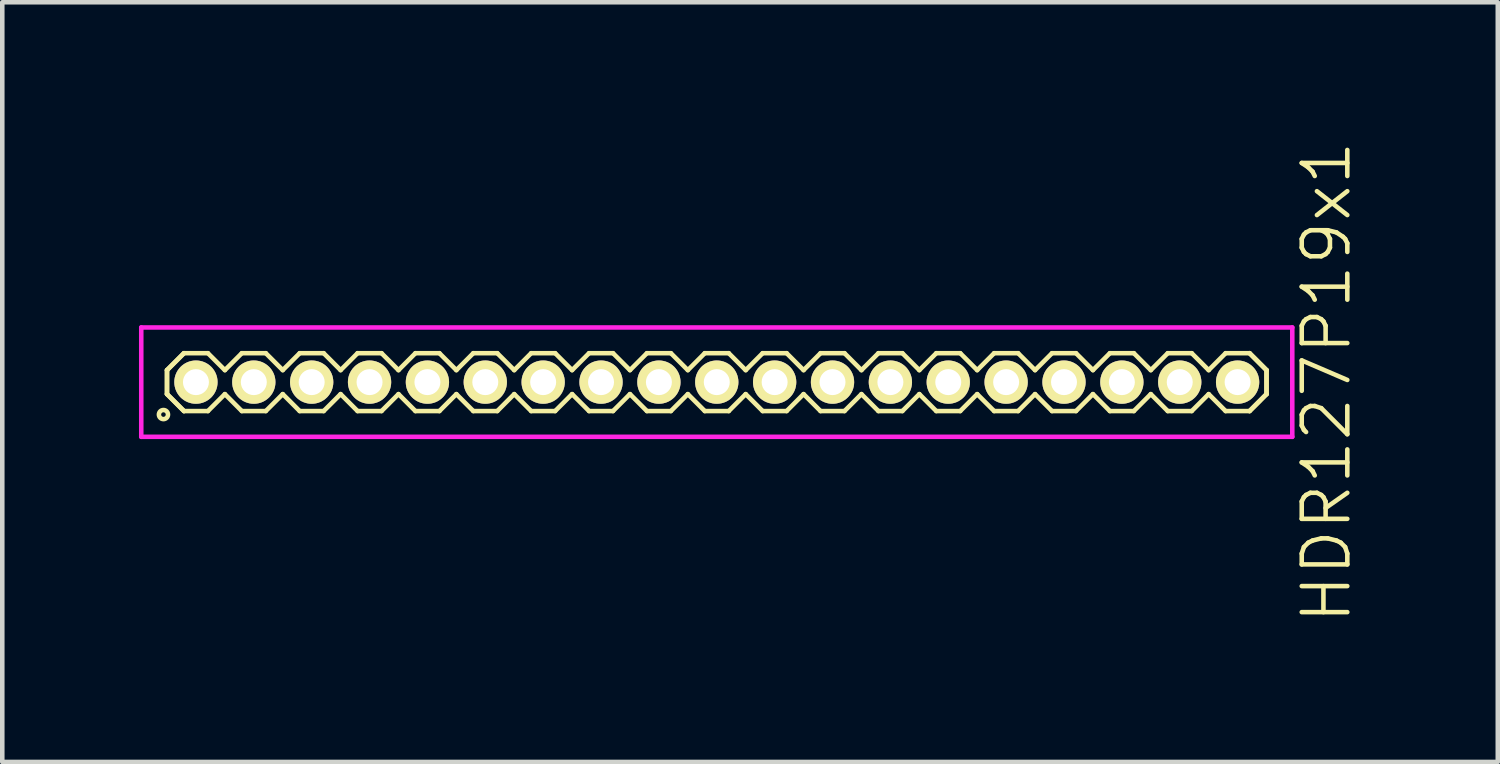
<source format=kicad_pcb>
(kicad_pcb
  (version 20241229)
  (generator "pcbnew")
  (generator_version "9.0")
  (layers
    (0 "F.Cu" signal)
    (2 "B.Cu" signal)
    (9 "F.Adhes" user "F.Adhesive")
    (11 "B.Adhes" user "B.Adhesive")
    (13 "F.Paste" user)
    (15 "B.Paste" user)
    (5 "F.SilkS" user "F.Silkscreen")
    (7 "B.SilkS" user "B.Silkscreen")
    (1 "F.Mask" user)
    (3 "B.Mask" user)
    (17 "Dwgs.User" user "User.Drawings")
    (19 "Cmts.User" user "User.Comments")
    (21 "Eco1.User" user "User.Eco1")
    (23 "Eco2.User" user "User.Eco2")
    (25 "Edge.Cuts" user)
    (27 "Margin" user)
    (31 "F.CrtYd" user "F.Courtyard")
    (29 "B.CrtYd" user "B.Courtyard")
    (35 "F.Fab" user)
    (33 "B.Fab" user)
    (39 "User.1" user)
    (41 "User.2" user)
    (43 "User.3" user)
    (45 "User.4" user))
  (footprint "HDR127P19x1"
    (layer "F.Cu")
    (at 12.68 5.336)
    (property "Reference" "HDR127P19x1" (at 13.38 0 90) (layer "F.SilkS") (effects (font (size 1 1) (thickness 0.1))))
    (attr through_hole)
    (fp_line (start -12.065 -0.263) (end -11.693 -0.635) (stroke (width 0.1) (type solid)) (layer "F.SilkS"))
    (fp_line (start -12.065 -0.263) (end -11.693 -0.635) (stroke (width 0.1) (type solid)) (layer "F.SilkS"))
    (fp_line (start -12.065 0.263) (end -12.065 -0.263) (stroke (width 0.1) (type solid)) (layer "F.SilkS"))
    (fp_line (start -12.065 0.263) (end -12.065 -0.263) (stroke (width 0.1) (type solid)) (layer "F.SilkS"))
    (fp_line (start -11.693 -0.635) (end -11.167 -0.635) (stroke (width 0.1) (type solid)) (layer "F.SilkS"))
    (fp_line (start -11.693 0.635) (end -12.065 0.263) (stroke (width 0.1) (type solid)) (layer "F.SilkS"))
    (fp_line (start -11.693 0.635) (end -12.065 0.263) (stroke (width 0.1) (type solid)) (layer "F.SilkS"))
    (fp_line (start -11.167 -0.635) (end -10.795 -0.263) (stroke (width 0.1) (type solid)) (layer "F.SilkS"))
    (fp_line (start -11.167 0.635) (end -11.693 0.635) (stroke (width 0.1) (type solid)) (layer "F.SilkS"))
    (fp_line (start -10.795 -0.263) (end -10.423 -0.635) (stroke (width 0.1) (type solid)) (layer "F.SilkS"))
    (fp_line (start -10.795 0.263) (end -11.167 0.635) (stroke (width 0.1) (type solid)) (layer "F.SilkS"))
    (fp_line (start -10.423 -0.635) (end -9.897 -0.635) (stroke (width 0.1) (type solid)) (layer "F.SilkS"))
    (fp_line (start -10.423 0.635) (end -10.795 0.263) (stroke (width 0.1) (type solid)) (layer "F.SilkS"))
    (fp_line (start -9.897 -0.635) (end -9.525 -0.263) (stroke (width 0.1) (type solid)) (layer "F.SilkS"))
    (fp_line (start -9.897 0.635) (end -10.423 0.635) (stroke (width 0.1) (type solid)) (layer "F.SilkS"))
    (fp_line (start -9.525 -0.263) (end -9.153 -0.635) (stroke (width 0.1) (type solid)) (layer "F.SilkS"))
    (fp_line (start -9.525 0.263) (end -9.897 0.635) (stroke (width 0.1) (type solid)) (layer "F.SilkS"))
    (fp_line (start -9.153 -0.635) (end -8.627 -0.635) (stroke (width 0.1) (type solid)) (layer "F.SilkS"))
    (fp_line (start -9.153 0.635) (end -9.525 0.263) (stroke (width 0.1) (type solid)) (layer "F.SilkS"))
    (fp_line (start -8.627 -0.635) (end -8.255 -0.263) (stroke (width 0.1) (type solid)) (layer "F.SilkS"))
    (fp_line (start -8.627 0.635) (end -9.153 0.635) (stroke (width 0.1) (type solid)) (layer "F.SilkS"))
    (fp_line (start -8.255 -0.263) (end -7.883 -0.635) (stroke (width 0.1) (type solid)) (layer "F.SilkS"))
    (fp_line (start -8.255 0.263) (end -8.627 0.635) (stroke (width 0.1) (type solid)) (layer "F.SilkS"))
    (fp_line (start -7.883 -0.635) (end -7.357 -0.635) (stroke (width 0.1) (type solid)) (layer "F.SilkS"))
    (fp_line (start -7.883 0.635) (end -8.255 0.263) (stroke (width 0.1) (type solid)) (layer "F.SilkS"))
    (fp_line (start -7.357 -0.635) (end -6.985 -0.263) (stroke (width 0.1) (type solid)) (layer "F.SilkS"))
    (fp_line (start -7.357 0.635) (end -7.883 0.635) (stroke (width 0.1) (type solid)) (layer "F.SilkS"))
    (fp_line (start -6.985 -0.263) (end -6.613 -0.635) (stroke (width 0.1) (type solid)) (layer "F.SilkS"))
    (fp_line (start -6.985 0.263) (end -7.357 0.635) (stroke (width 0.1) (type solid)) (layer "F.SilkS"))
    (fp_line (start -6.613 -0.635) (end -6.087 -0.635) (stroke (width 0.1) (type solid)) (layer "F.SilkS"))
    (fp_line (start -6.613 0.635) (end -6.985 0.263) (stroke (width 0.1) (type solid)) (layer "F.SilkS"))
    (fp_line (start -6.087 -0.635) (end -5.715 -0.263) (stroke (width 0.1) (type solid)) (layer "F.SilkS"))
    (fp_line (start -6.087 0.635) (end -6.613 0.635) (stroke (width 0.1) (type solid)) (layer "F.SilkS"))
    (fp_line (start -5.715 -0.263) (end -5.343 -0.635) (stroke (width 0.1) (type solid)) (layer "F.SilkS"))
    (fp_line (start -5.715 0.263) (end -6.087 0.635) (stroke (width 0.1) (type solid)) (layer "F.SilkS"))
    (fp_line (start -5.343 -0.635) (end -4.817 -0.635) (stroke (width 0.1) (type solid)) (layer "F.SilkS"))
    (fp_line (start -5.343 0.635) (end -5.715 0.263) (stroke (width 0.1) (type solid)) (layer "F.SilkS"))
    (fp_line (start -4.817 -0.635) (end -4.445 -0.263) (stroke (width 0.1) (type solid)) (layer "F.SilkS"))
    (fp_line (start -4.817 0.635) (end -5.343 0.635) (stroke (width 0.1) (type solid)) (layer "F.SilkS"))
    (fp_line (start -4.445 -0.263) (end -4.073 -0.635) (stroke (width 0.1) (type solid)) (layer "F.SilkS"))
    (fp_line (start -4.445 0.263) (end -4.817 0.635) (stroke (width 0.1) (type solid)) (layer "F.SilkS"))
    (fp_line (start -4.073 -0.635) (end -3.547 -0.635) (stroke (width 0.1) (type solid)) (layer "F.SilkS"))
    (fp_line (start -4.073 0.635) (end -4.445 0.263) (stroke (width 0.1) (type solid)) (layer "F.SilkS"))
    (fp_line (start -3.547 -0.635) (end -3.175 -0.263) (stroke (width 0.1) (type solid)) (layer "F.SilkS"))
    (fp_line (start -3.547 0.635) (end -4.073 0.635) (stroke (width 0.1) (type solid)) (layer "F.SilkS"))
    (fp_line (start -3.175 -0.263) (end -2.803 -0.635) (stroke (width 0.1) (type solid)) (layer "F.SilkS"))
    (fp_line (start -3.175 0.263) (end -3.547 0.635) (stroke (width 0.1) (type solid)) (layer "F.SilkS"))
    (fp_line (start -2.803 -0.635) (end -2.277 -0.635) (stroke (width 0.1) (type solid)) (layer "F.SilkS"))
    (fp_line (start -2.803 0.635) (end -3.175 0.263) (stroke (width 0.1) (type solid)) (layer "F.SilkS"))
    (fp_line (start -2.277 -0.635) (end -1.905 -0.263) (stroke (width 0.1) (type solid)) (layer "F.SilkS"))
    (fp_line (start -2.277 0.635) (end -2.803 0.635) (stroke (width 0.1) (type solid)) (layer "F.SilkS"))
    (fp_line (start -1.905 -0.263) (end -1.533 -0.635) (stroke (width 0.1) (type solid)) (layer "F.SilkS"))
    (fp_line (start -1.905 0.263) (end -2.277 0.635) (stroke (width 0.1) (type solid)) (layer "F.SilkS"))
    (fp_line (start -1.533 -0.635) (end -1.007 -0.635) (stroke (width 0.1) (type solid)) (layer "F.SilkS"))
    (fp_line (start -1.533 0.635) (end -1.905 0.263) (stroke (width 0.1) (type solid)) (layer "F.SilkS"))
    (fp_line (start -1.007 -0.635) (end -0.635 -0.263) (stroke (width 0.1) (type solid)) (layer "F.SilkS"))
    (fp_line (start -1.007 0.635) (end -1.533 0.635) (stroke (width 0.1) (type solid)) (layer "F.SilkS"))
    (fp_line (start -0.635 -0.263) (end -0.263 -0.635) (stroke (width 0.1) (type solid)) (layer "F.SilkS"))
    (fp_line (start -0.635 0.263) (end -1.007 0.635) (stroke (width 0.1) (type solid)) (layer "F.SilkS"))
    (fp_line (start -0.263 -0.635) (end 0.263 -0.635) (stroke (width 0.1) (type solid)) (layer "F.SilkS"))
    (fp_line (start -0.263 0.635) (end -0.635 0.263) (stroke (width 0.1) (type solid)) (layer "F.SilkS"))
    (fp_line (start 0.263 -0.635) (end 0.635 -0.263) (stroke (width 0.1) (type solid)) (layer "F.SilkS"))
    (fp_line (start 0.263 0.635) (end -0.263 0.635) (stroke (width 0.1) (type solid)) (layer "F.SilkS"))
    (fp_line (start 0.635 -0.263) (end 1.007 -0.635) (stroke (width 0.1) (type solid)) (layer "F.SilkS"))
    (fp_line (start 0.635 0.263) (end 0.263 0.635) (stroke (width 0.1) (type solid)) (layer "F.SilkS"))
    (fp_line (start 1.007 -0.635) (end 1.533 -0.635) (stroke (width 0.1) (type solid)) (layer "F.SilkS"))
    (fp_line (start 1.007 0.635) (end 0.635 0.263) (stroke (width 0.1) (type solid)) (layer "F.SilkS"))
    (fp_line (start 1.533 -0.635) (end 1.905 -0.263) (stroke (width 0.1) (type solid)) (layer "F.SilkS"))
    (fp_line (start 1.533 0.635) (end 1.007 0.635) (stroke (width 0.1) (type solid)) (layer "F.SilkS"))
    (fp_line (start 1.905 -0.263) (end 2.277 -0.635) (stroke (width 0.1) (type solid)) (layer "F.SilkS"))
    (fp_line (start 1.905 0.263) (end 1.533 0.635) (stroke (width 0.1) (type solid)) (layer "F.SilkS"))
    (fp_line (start 2.277 -0.635) (end 2.803 -0.635) (stroke (width 0.1) (type solid)) (layer "F.SilkS"))
    (fp_line (start 2.277 0.635) (end 1.905 0.263) (stroke (width 0.1) (type solid)) (layer "F.SilkS"))
    (fp_line (start 2.803 -0.635) (end 3.175 -0.263) (stroke (width 0.1) (type solid)) (layer "F.SilkS"))
    (fp_line (start 2.803 0.635) (end 2.277 0.635) (stroke (width 0.1) (type solid)) (layer "F.SilkS"))
    (fp_line (start 3.175 -0.263) (end 3.547 -0.635) (stroke (width 0.1) (type solid)) (layer "F.SilkS"))
    (fp_line (start 3.175 0.263) (end 2.803 0.635) (stroke (width 0.1) (type solid)) (layer "F.SilkS"))
    (fp_line (start 3.547 -0.635) (end 4.073 -0.635) (stroke (width 0.1) (type solid)) (layer "F.SilkS"))
    (fp_line (start 3.547 0.635) (end 3.175 0.263) (stroke (width 0.1) (type solid)) (layer "F.SilkS"))
    (fp_line (start 4.073 -0.635) (end 4.445 -0.263) (stroke (width 0.1) (type solid)) (layer "F.SilkS"))
    (fp_line (start 4.073 0.635) (end 3.547 0.635) (stroke (width 0.1) (type solid)) (layer "F.SilkS"))
    (fp_line (start 4.445 -0.263) (end 4.817 -0.635) (stroke (width 0.1) (type solid)) (layer "F.SilkS"))
    (fp_line (start 4.445 0.263) (end 4.073 0.635) (stroke (width 0.1) (type solid)) (layer "F.SilkS"))
    (fp_line (start 4.817 -0.635) (end 5.343 -0.635) (stroke (width 0.1) (type solid)) (layer "F.SilkS"))
    (fp_line (start 4.817 0.635) (end 4.445 0.263) (stroke (width 0.1) (type solid)) (layer "F.SilkS"))
    (fp_line (start 5.343 -0.635) (end 5.715 -0.263) (stroke (width 0.1) (type solid)) (layer "F.SilkS"))
    (fp_line (start 5.343 0.635) (end 4.817 0.635) (stroke (width 0.1) (type solid)) (layer "F.SilkS"))
    (fp_line (start 5.715 -0.263) (end 6.087 -0.635) (stroke (width 0.1) (type solid)) (layer "F.SilkS"))
    (fp_line (start 5.715 0.263) (end 5.343 0.635) (stroke (width 0.1) (type solid)) (layer "F.SilkS"))
    (fp_line (start 6.087 -0.635) (end 6.613 -0.635) (stroke (width 0.1) (type solid)) (layer "F.SilkS"))
    (fp_line (start 6.087 0.635) (end 5.715 0.263) (stroke (width 0.1) (type solid)) (layer "F.SilkS"))
    (fp_line (start 6.613 -0.635) (end 6.985 -0.263) (stroke (width 0.1) (type solid)) (layer "F.SilkS"))
    (fp_line (start 6.613 0.635) (end 6.087 0.635) (stroke (width 0.1) (type solid)) (layer "F.SilkS"))
    (fp_line (start 6.985 -0.263) (end 7.357 -0.635) (stroke (width 0.1) (type solid)) (layer "F.SilkS"))
    (fp_line (start 6.985 0.263) (end 6.613 0.635) (stroke (width 0.1) (type solid)) (layer "F.SilkS"))
    (fp_line (start 7.357 -0.635) (end 7.883 -0.635) (stroke (width 0.1) (type solid)) (layer "F.SilkS"))
    (fp_line (start 7.357 0.635) (end 6.985 0.263) (stroke (width 0.1) (type solid)) (layer "F.SilkS"))
    (fp_line (start 7.883 -0.635) (end 8.255 -0.263) (stroke (width 0.1) (type solid)) (layer "F.SilkS"))
    (fp_line (start 7.883 0.635) (end 7.357 0.635) (stroke (width 0.1) (type solid)) (layer "F.SilkS"))
    (fp_line (start 8.255 -0.263) (end 8.627 -0.635) (stroke (width 0.1) (type solid)) (layer "F.SilkS"))
    (fp_line (start 8.255 0.263) (end 7.883 0.635) (stroke (width 0.1) (type solid)) (layer "F.SilkS"))
    (fp_line (start 8.627 -0.635) (end 9.153 -0.635) (stroke (width 0.1) (type solid)) (layer "F.SilkS"))
    (fp_line (start 8.627 0.635) (end 8.255 0.263) (stroke (width 0.1) (type solid)) (layer "F.SilkS"))
    (fp_line (start 9.153 -0.635) (end 9.525 -0.263) (stroke (width 0.1) (type solid)) (layer "F.SilkS"))
    (fp_line (start 9.153 0.635) (end 8.627 0.635) (stroke (width 0.1) (type solid)) (layer "F.SilkS"))
    (fp_line (start 9.525 -0.263) (end 9.897 -0.635) (stroke (width 0.1) (type solid)) (layer "F.SilkS"))
    (fp_line (start 9.525 0.263) (end 9.153 0.635) (stroke (width 0.1) (type solid)) (layer "F.SilkS"))
    (fp_line (start 9.897 -0.635) (end 10.423 -0.635) (stroke (width 0.1) (type solid)) (layer "F.SilkS"))
    (fp_line (start 9.897 0.635) (end 9.525 0.263) (stroke (width 0.1) (type solid)) (layer "F.SilkS"))
    (fp_line (start 10.423 -0.635) (end 10.795 -0.263) (stroke (width 0.1) (type solid)) (layer "F.SilkS"))
    (fp_line (start 10.423 0.635) (end 9.897 0.635) (stroke (width 0.1) (type solid)) (layer "F.SilkS"))
    (fp_line (start 10.795 -0.263) (end 11.167 -0.635) (stroke (width 0.1) (type solid)) (layer "F.SilkS"))
    (fp_line (start 10.795 0.263) (end 10.423 0.635) (stroke (width 0.1) (type solid)) (layer "F.SilkS"))
    (fp_line (start 11.167 -0.635) (end 11.693 -0.635) (stroke (width 0.1) (type solid)) (layer "F.SilkS"))
    (fp_line (start 11.167 0.635) (end 10.795 0.263) (stroke (width 0.1) (type solid)) (layer "F.SilkS"))
    (fp_line (start 11.693 -0.635) (end 12.065 -0.263) (stroke (width 0.1) (type solid)) (layer "F.SilkS"))
    (fp_line (start 11.693 -0.635) (end 12.065 -0.263) (stroke (width 0.1) (type solid)) (layer "F.SilkS"))
    (fp_line (start 11.693 0.635) (end 11.167 0.635) (stroke (width 0.1) (type solid)) (layer "F.SilkS"))
    (fp_line (start 12.065 -0.263) (end 12.065 0.263) (stroke (width 0.1) (type solid)) (layer "F.SilkS"))
    (fp_line (start 12.065 -0.263) (end 12.065 0.263) (stroke (width 0.1) (type solid)) (layer "F.SilkS"))
    (fp_line (start 12.065 0.263) (end 11.693 0.635) (stroke (width 0.1) (type solid)) (layer "F.SilkS"))
    (fp_line (start 12.065 0.263) (end 11.693 0.635) (stroke (width 0.1) (type solid)) (layer "F.SilkS"))
    (fp_circle (center -12.143 0.712) (end -12.043 0.712) (stroke (width 0.1) (type solid)) (fill no) (layer "F.SilkS"))
    (fp_line (start -12.63 -1.2) (end -12.63 1.2) (stroke (width 0.1) (type solid)) (layer "F.CrtYd"))
    (fp_line (start -12.63 1.2) (end 12.63 1.2) (stroke (width 0.1) (type solid)) (layer "F.CrtYd"))
    (fp_line (start 12.63 -1.2) (end -12.63 -1.2) (stroke (width 0.1) (type solid)) (layer "F.CrtYd"))
    (fp_line (start 12.63 1.2) (end 12.63 -1.2) (stroke (width 0.1) (type solid)) (layer "F.CrtYd"))
    (pad "1" thru_hole oval (at -11.43 0) (size 0.95 0.95) (drill 0.57) (layers "*.Cu" "*.Mask" "F.SilkS"))
    (pad "2" thru_hole oval (at -10.16 0) (size 0.95 0.95) (drill 0.57) (layers "*.Cu" "*.Mask" "F.SilkS"))
    (pad "3" thru_hole oval (at -8.89 0) (size 0.95 0.95) (drill 0.57) (layers "*.Cu" "*.Mask" "F.SilkS"))
    (pad "4" thru_hole oval (at -7.62 0) (size 0.95 0.95) (drill 0.57) (layers "*.Cu" "*.Mask" "F.SilkS"))
    (pad "5" thru_hole oval (at -6.35 0) (size 0.95 0.95) (drill 0.57) (layers "*.Cu" "*.Mask" "F.SilkS"))
    (pad "6" thru_hole oval (at -5.08 0) (size 0.95 0.95) (drill 0.57) (layers "*.Cu" "*.Mask" "F.SilkS"))
    (pad "7" thru_hole oval (at -3.81 0) (size 0.95 0.95) (drill 0.57) (layers "*.Cu" "*.Mask" "F.SilkS"))
    (pad "8" thru_hole oval (at -2.54 0) (size 0.95 0.95) (drill 0.57) (layers "*.Cu" "*.Mask" "F.SilkS"))
    (pad "9" thru_hole oval (at -1.27 0) (size 0.95 0.95) (drill 0.57) (layers "*.Cu" "*.Mask" "F.SilkS"))
    (pad "10" thru_hole oval (at 0 0) (size 0.95 0.95) (drill 0.57) (layers "*.Cu" "*.Mask" "F.SilkS"))
    (pad "11" thru_hole oval (at 1.27 0) (size 0.95 0.95) (drill 0.57) (layers "*.Cu" "*.Mask" "F.SilkS"))
    (pad "12" thru_hole oval (at 2.54 0) (size 0.95 0.95) (drill 0.57) (layers "*.Cu" "*.Mask" "F.SilkS"))
    (pad "13" thru_hole oval (at 3.81 0) (size 0.95 0.95) (drill 0.57) (layers "*.Cu" "*.Mask" "F.SilkS"))
    (pad "14" thru_hole oval (at 5.08 0) (size 0.95 0.95) (drill 0.57) (layers "*.Cu" "*.Mask" "F.SilkS"))
    (pad "15" thru_hole oval (at 6.35 0) (size 0.95 0.95) (drill 0.57) (layers "*.Cu" "*.Mask" "F.SilkS"))
    (pad "16" thru_hole oval (at 7.62 0) (size 0.95 0.95) (drill 0.57) (layers "*.Cu" "*.Mask" "F.SilkS"))
    (pad "17" thru_hole oval (at 8.89 0) (size 0.95 0.95) (drill 0.57) (layers "*.Cu" "*.Mask" "F.SilkS"))
    (pad "18" thru_hole oval (at 10.16 0) (size 0.95 0.95) (drill 0.57) (layers "*.Cu" "*.Mask" "F.SilkS"))
    (pad "19" thru_hole oval (at 11.43 0) (size 0.95 0.95) (drill 0.57) (layers "*.Cu" "*.Mask" "F.SilkS")))
  (gr_rect
    (start -3 -3)
    (end 29.82 13.671)
    (stroke (width 0.1) (type default))
    (fill no)
    (layer "Edge.Cuts")))
</source>
